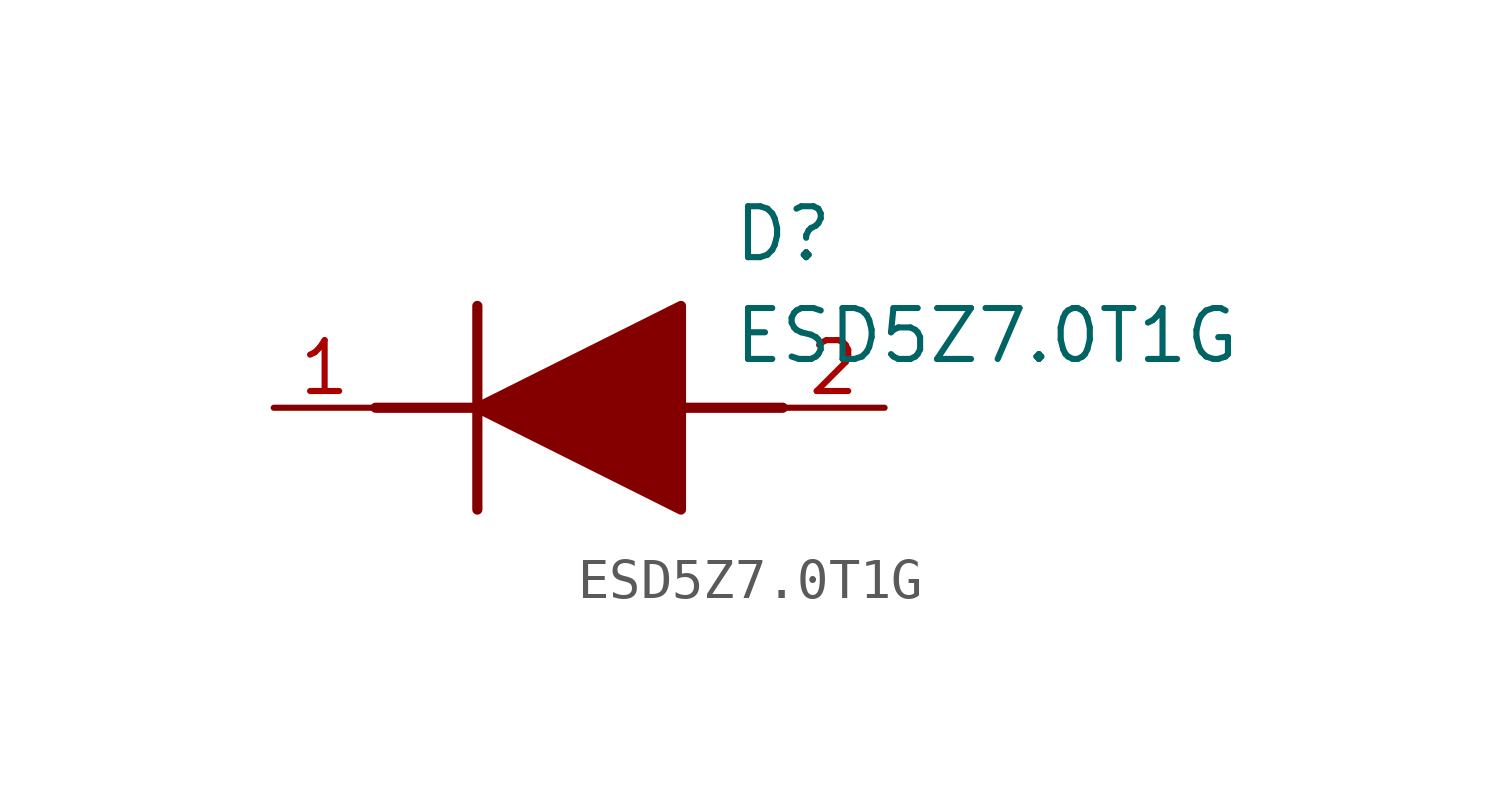
<source format=kicad_sym>
(kicad_symbol_lib
  (version 20211014)
  (generator SamacSys_ECAD_Model)
  (symbol "ESD5Z7.0T1G"
    (pin_names hide)
    (property "Reference" "D"
      (at 11.43 5.08 0)
      (effects (font (size 1.27 1.27)) (justify left top)))
    (property "Value" "ESD5Z7.0T1G"
      (at 11.43 2.54 0)
      (effects (font (size 1.27 1.27)) (justify left top)))
    (polyline
      (pts (xy 5.08 2.54) (xy 5.08 -2.54))
      (stroke (width 0.254) (type default))
      (fill (type none)))
    (polyline
      (pts (xy 2.54 0) (xy 5.08 0))
      (stroke (width 0.254) (type default))
      (fill (type none)))
    (polyline
      (pts (xy 10.16 0) (xy 12.7 0))
      (stroke (width 0.254) (type default))
      (fill (type none)))
    (polyline
      (pts (xy 5.08 0) (xy 10.16 2.54) (xy 10.16 -2.54) (xy 5.08 0))
      (stroke (width 0.254) (type default))
      (fill (type outline)))
    (pin passive line
      (at 0 0 0)
      (length 2.54)
      (name "K" (effects (font (size 1.27 1.27))))
      (number "1" (effects (font (size 1.27 1.27)))))
    (pin passive line
      (at 15.24 0 180)
      (length 2.54)
      (name "A" (effects (font (size 1.27 1.27))))
      (number "2" (effects (font (size 1.27 1.27)))))))
</source>
